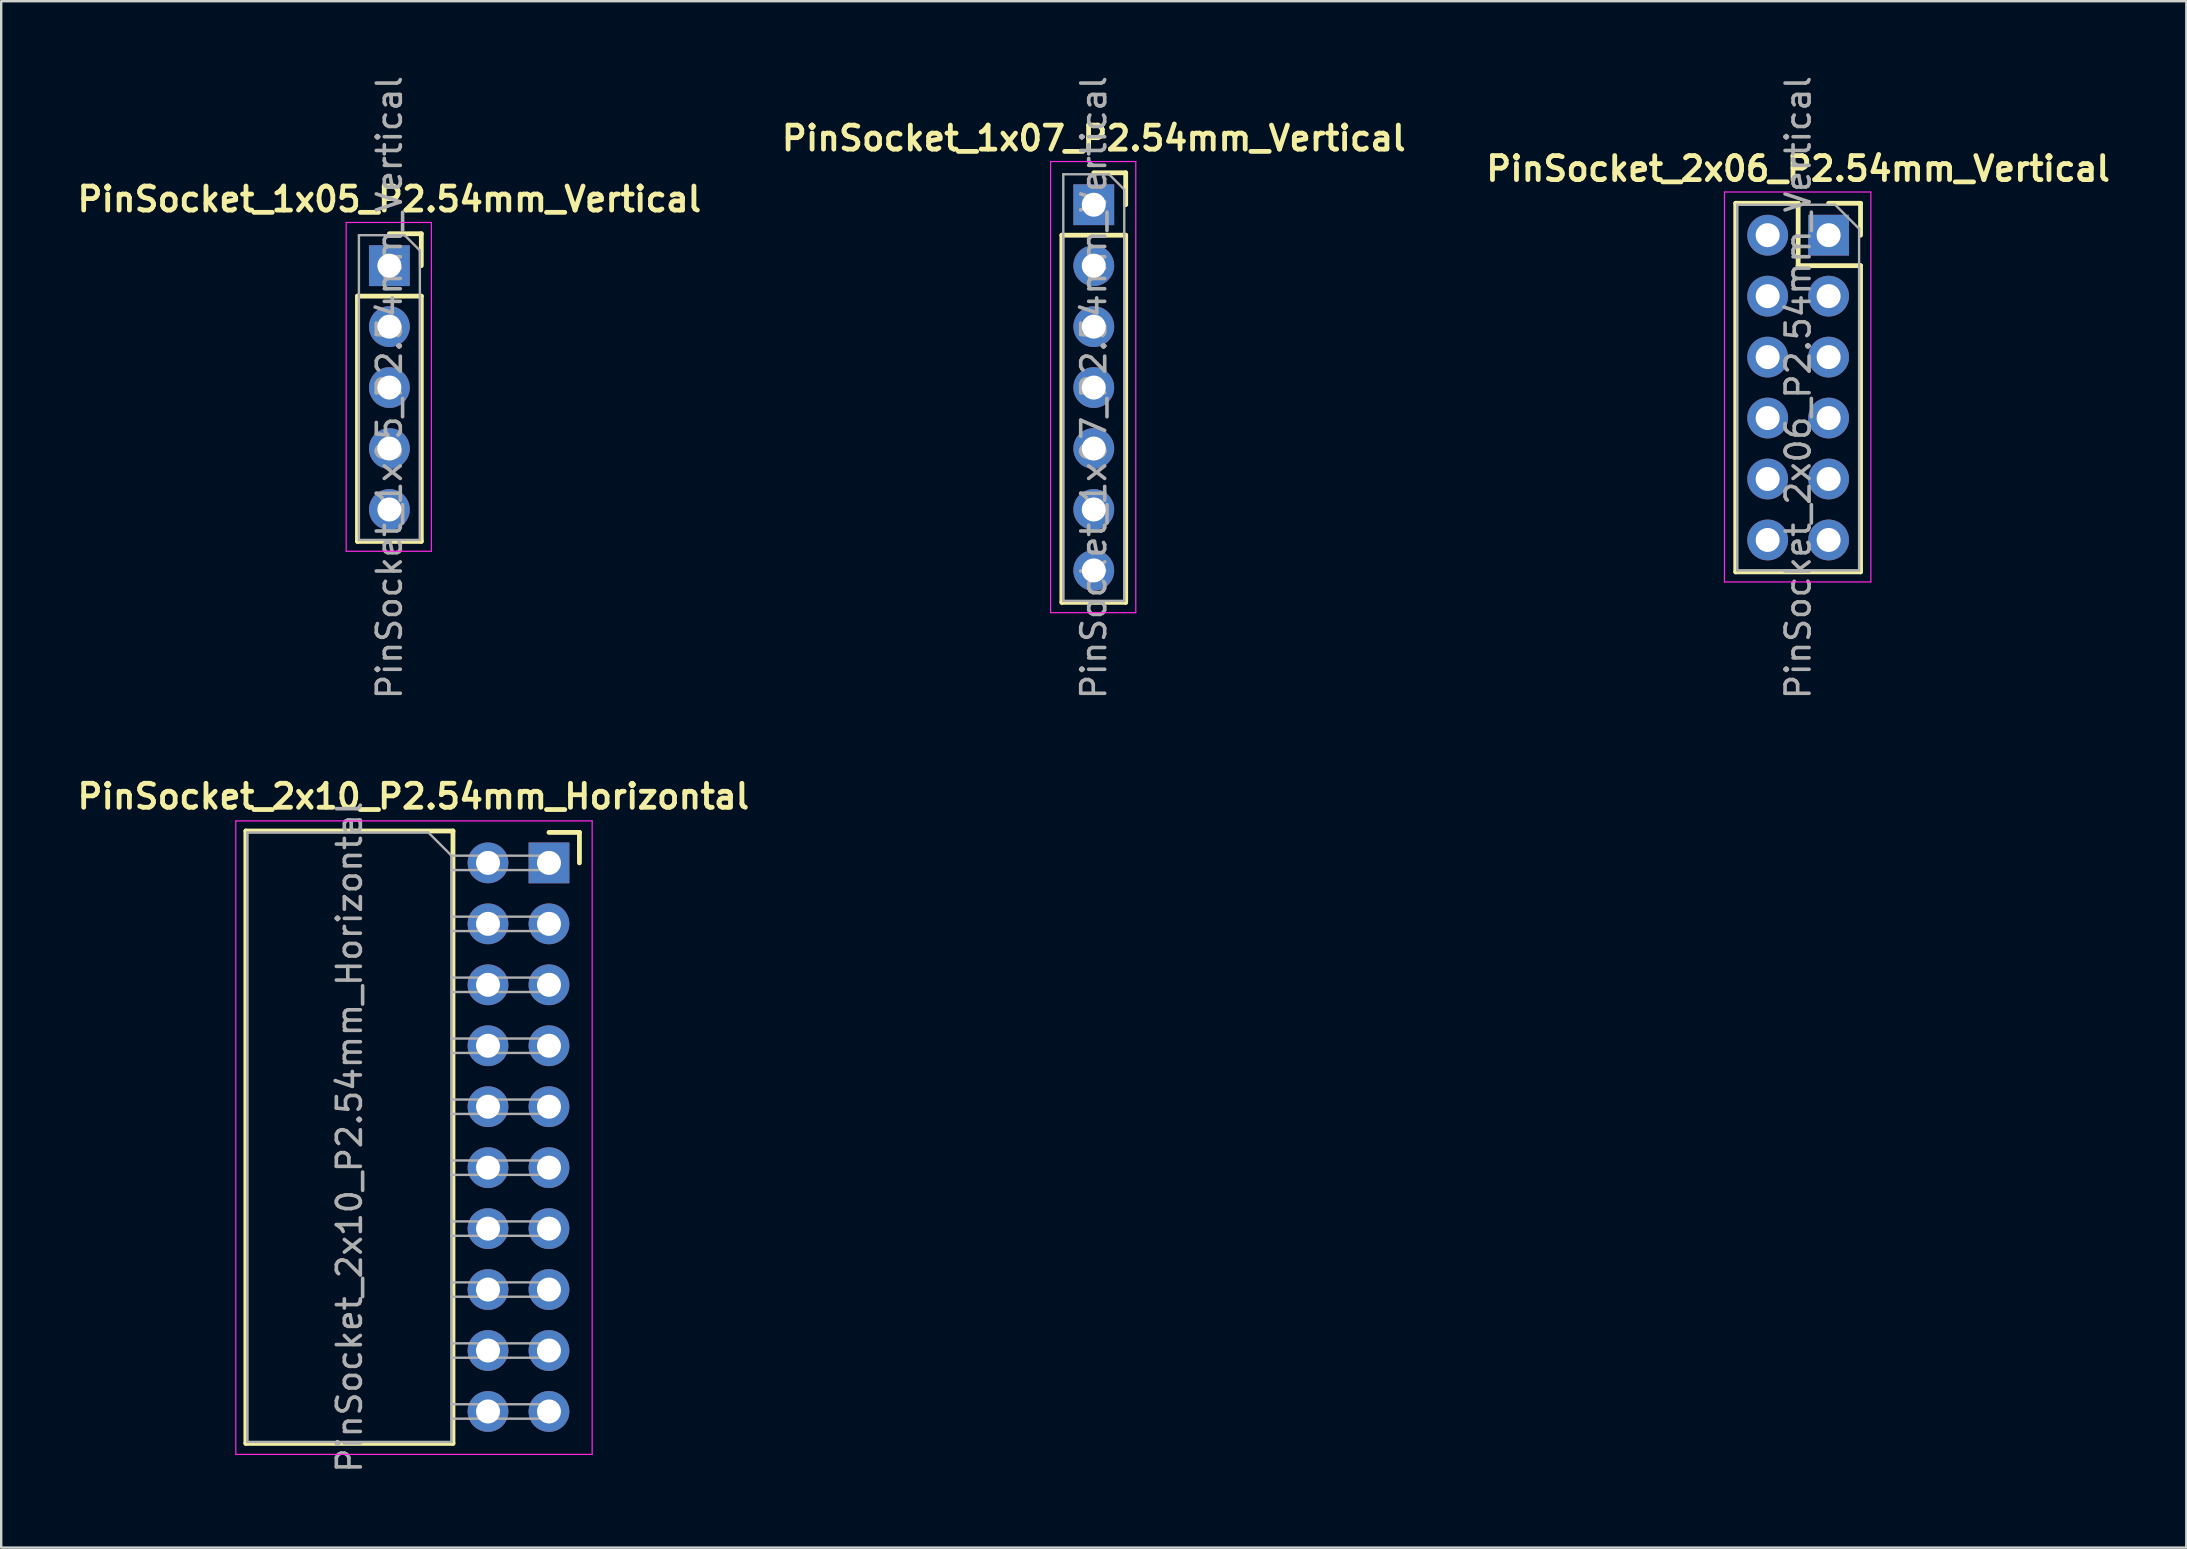
<source format=kicad_pcb>
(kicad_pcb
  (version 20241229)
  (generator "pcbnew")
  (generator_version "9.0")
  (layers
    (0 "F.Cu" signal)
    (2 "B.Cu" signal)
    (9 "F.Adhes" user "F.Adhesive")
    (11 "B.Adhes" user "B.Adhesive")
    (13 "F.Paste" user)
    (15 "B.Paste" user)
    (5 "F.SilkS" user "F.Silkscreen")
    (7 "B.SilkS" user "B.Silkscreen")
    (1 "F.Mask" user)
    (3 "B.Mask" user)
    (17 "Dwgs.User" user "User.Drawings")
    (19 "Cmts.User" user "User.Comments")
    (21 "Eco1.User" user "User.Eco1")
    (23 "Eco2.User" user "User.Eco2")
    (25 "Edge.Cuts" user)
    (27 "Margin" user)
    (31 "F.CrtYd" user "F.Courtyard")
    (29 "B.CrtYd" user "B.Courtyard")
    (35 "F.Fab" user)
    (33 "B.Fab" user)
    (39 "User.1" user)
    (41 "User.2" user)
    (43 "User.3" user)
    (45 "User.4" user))
  (footprint "PinSocket_2x06_P2.54mm_Vertical"
    (layer "F.Cu")
    (at 73.151 6.751)
    (property "Reference" "PinSocket_2x06_P2.54mm_Vertical" (at -1.27 -2.77 0) (layer "F.SilkS") (effects (font (size 1 1) (thickness 0.2))))
    (attr through_hole)
    (fp_line (start -3.87 -1.33) (end -3.87 14.03) (stroke (width 0.2) (type solid)) (layer "F.SilkS"))
    (fp_line (start -3.87 -1.33) (end -1.27 -1.33) (stroke (width 0.2) (type solid)) (layer "F.SilkS"))
    (fp_line (start -3.87 14.03) (end 1.33 14.03) (stroke (width 0.2) (type solid)) (layer "F.SilkS"))
    (fp_line (start -1.27 -1.33) (end -1.27 1.27) (stroke (width 0.2) (type solid)) (layer "F.SilkS"))
    (fp_line (start -1.27 1.27) (end 1.33 1.27) (stroke (width 0.2) (type solid)) (layer "F.SilkS"))
    (fp_line (start 0 -1.33) (end 1.33 -1.33) (stroke (width 0.2) (type solid)) (layer "F.SilkS"))
    (fp_line (start 1.33 -1.33) (end 1.33 0) (stroke (width 0.2) (type solid)) (layer "F.SilkS"))
    (fp_line (start 1.33 1.27) (end 1.33 14.03) (stroke (width 0.2) (type solid)) (layer "F.SilkS"))
    (fp_line (start -4.34 -1.8) (end 1.76 -1.8) (stroke (width 0.05) (type solid)) (layer "F.CrtYd"))
    (fp_line (start -4.34 14.45) (end -4.34 -1.8) (stroke (width 0.05) (type solid)) (layer "F.CrtYd"))
    (fp_line (start 1.76 -1.8) (end 1.76 14.45) (stroke (width 0.05) (type solid)) (layer "F.CrtYd"))
    (fp_line (start 1.76 14.45) (end -4.34 14.45) (stroke (width 0.05) (type solid)) (layer "F.CrtYd"))
    (fp_line (start -3.81 -1.27) (end 0.27 -1.27) (stroke (width 0.1) (type solid)) (layer "F.Fab"))
    (fp_line (start -3.81 13.97) (end -3.81 -1.27) (stroke (width 0.1) (type solid)) (layer "F.Fab"))
    (fp_line (start 0.27 -1.27) (end 1.27 -0.27) (stroke (width 0.1) (type solid)) (layer "F.Fab"))
    (fp_line (start 1.27 -0.27) (end 1.27 13.97) (stroke (width 0.1) (type solid)) (layer "F.Fab"))
    (fp_line (start 1.27 13.97) (end -3.81 13.97) (stroke (width 0.1) (type solid)) (layer "F.Fab"))
    (fp_text user "${REFERENCE}" (at -1.27 6.35 90) (layer "F.Fab") (effects (font (size 1 1) (thickness 0.15))))
    (pad "1" thru_hole rect (at 0 0) (size 1.7 1.7) (drill 1) (layers "*.Cu" "*.Mask"))
    (pad "2" thru_hole oval (at -2.54 0) (size 1.7 1.7) (drill 1) (layers "*.Cu" "*.Mask"))
    (pad "3" thru_hole oval (at 0 2.54) (size 1.7 1.7) (drill 1) (layers "*.Cu" "*.Mask"))
    (pad "4" thru_hole oval (at -2.54 2.54) (size 1.7 1.7) (drill 1) (layers "*.Cu" "*.Mask"))
    (pad "5" thru_hole oval (at 0 5.08) (size 1.7 1.7) (drill 1) (layers "*.Cu" "*.Mask"))
    (pad "6" thru_hole oval (at -2.54 5.08) (size 1.7 1.7) (drill 1) (layers "*.Cu" "*.Mask"))
    (pad "7" thru_hole oval (at 0 7.62) (size 1.7 1.7) (drill 1) (layers "*.Cu" "*.Mask"))
    (pad "8" thru_hole oval (at -2.54 7.62) (size 1.7 1.7) (drill 1) (layers "*.Cu" "*.Mask"))
    (pad "9" thru_hole oval (at 0 10.16) (size 1.7 1.7) (drill 1) (layers "*.Cu" "*.Mask"))
    (pad "10" thru_hole oval (at -2.54 10.16) (size 1.7 1.7) (drill 1) (layers "*.Cu" "*.Mask"))
    (pad "11" thru_hole oval (at 0 12.7) (size 1.7 1.7) (drill 1) (layers "*.Cu" "*.Mask"))
    (pad "12" thru_hole oval (at -2.54 12.7) (size 1.7 1.7) (drill 1) (layers "*.Cu" "*.Mask")))
  (footprint "PinSocket_1x07_P2.54mm_Vertical"
    (layer "F.Cu")
    (at 42.529 5.481)
    (property "Reference" "PinSocket_1x07_P2.54mm_Vertical" (at 0 -2.77 0) (layer "F.SilkS") (effects (font (size 1 1) (thickness 0.2))))
    (attr through_hole)
    (fp_line (start -1.33 1.27) (end -1.33 16.57) (stroke (width 0.2) (type solid)) (layer "F.SilkS"))
    (fp_line (start -1.33 1.27) (end 1.33 1.27) (stroke (width 0.2) (type solid)) (layer "F.SilkS"))
    (fp_line (start -1.33 16.57) (end 1.33 16.57) (stroke (width 0.2) (type solid)) (layer "F.SilkS"))
    (fp_line (start 0 -1.33) (end 1.33 -1.33) (stroke (width 0.2) (type solid)) (layer "F.SilkS"))
    (fp_line (start 1.33 -1.33) (end 1.33 0) (stroke (width 0.2) (type solid)) (layer "F.SilkS"))
    (fp_line (start 1.33 1.27) (end 1.33 16.57) (stroke (width 0.2) (type solid)) (layer "F.SilkS"))
    (fp_line (start -1.8 -1.8) (end 1.75 -1.8) (stroke (width 0.05) (type solid)) (layer "F.CrtYd"))
    (fp_line (start -1.8 17) (end -1.8 -1.8) (stroke (width 0.05) (type solid)) (layer "F.CrtYd"))
    (fp_line (start 1.75 -1.8) (end 1.75 17) (stroke (width 0.05) (type solid)) (layer "F.CrtYd"))
    (fp_line (start 1.75 17) (end -1.8 17) (stroke (width 0.05) (type solid)) (layer "F.CrtYd"))
    (fp_line (start -1.27 -1.27) (end 0.635 -1.27) (stroke (width 0.1) (type solid)) (layer "F.Fab"))
    (fp_line (start -1.27 16.51) (end -1.27 -1.27) (stroke (width 0.1) (type solid)) (layer "F.Fab"))
    (fp_line (start 0.635 -1.27) (end 1.27 -0.635) (stroke (width 0.1) (type solid)) (layer "F.Fab"))
    (fp_line (start 1.27 -0.635) (end 1.27 16.51) (stroke (width 0.1) (type solid)) (layer "F.Fab"))
    (fp_line (start 1.27 16.51) (end -1.27 16.51) (stroke (width 0.1) (type solid)) (layer "F.Fab"))
    (fp_text user "${REFERENCE}" (at 0 7.62 90) (layer "F.Fab") (effects (font (size 1 1) (thickness 0.15))))
    (pad "1" thru_hole rect (at 0 0) (size 1.7 1.7) (drill 1) (layers "*.Cu" "*.Mask"))
    (pad "2" thru_hole oval (at 0 2.54) (size 1.7 1.7) (drill 1) (layers "*.Cu" "*.Mask"))
    (pad "3" thru_hole oval (at 0 5.08) (size 1.7 1.7) (drill 1) (layers "*.Cu" "*.Mask"))
    (pad "4" thru_hole oval (at 0 7.62) (size 1.7 1.7) (drill 1) (layers "*.Cu" "*.Mask"))
    (pad "5" thru_hole oval (at 0 10.16) (size 1.7 1.7) (drill 1) (layers "*.Cu" "*.Mask"))
    (pad "6" thru_hole oval (at 0 12.7) (size 1.7 1.7) (drill 1) (layers "*.Cu" "*.Mask"))
    (pad "7" thru_hole oval (at 0 15.24) (size 1.7 1.7) (drill 1) (layers "*.Cu" "*.Mask")))
  (footprint "PinSocket_2x10_P2.54mm_Horizontal"
    (layer "F.Cu")
    (at 19.826 32.908)
    (property "Reference" "PinSocket_2x10_P2.54mm_Horizontal" (at -5.65 -2.77 0) (layer "F.SilkS") (effects (font (size 1 1) (thickness 0.2))))
    (attr through_hole)
    (fp_line (start -12.63 -1.33) (end -12.63 24.19) (stroke (width 0.2) (type solid)) (layer "F.SilkS"))
    (fp_line (start -12.63 -1.33) (end -4 -1.33) (stroke (width 0.2) (type solid)) (layer "F.SilkS"))
    (fp_line (start -12.63 24.19) (end -4 24.19) (stroke (width 0.2) (type solid)) (layer "F.SilkS"))
    (fp_line (start -4 -1.33) (end -4 24.19) (stroke (width 0.2) (type solid)) (layer "F.SilkS"))
    (fp_line (start 0 -1.27) (end 1.27 -1.27) (stroke (width 0.2) (type solid)) (layer "F.SilkS"))
    (fp_line (start 1.27 -1.27) (end 1.27 0) (stroke (width 0.2) (type solid)) (layer "F.SilkS"))
    (fp_line (start -13.05 -1.75) (end -13.05 24.65) (stroke (width 0.05) (type solid)) (layer "F.CrtYd"))
    (fp_line (start -13.05 24.65) (end 1.8 24.65) (stroke (width 0.05) (type solid)) (layer "F.CrtYd"))
    (fp_line (start 1.8 -1.75) (end -13.05 -1.75) (stroke (width 0.05) (type solid)) (layer "F.CrtYd"))
    (fp_line (start 1.8 24.65) (end 1.8 -1.75) (stroke (width 0.05) (type solid)) (layer "F.CrtYd"))
    (fp_line (start -12.57 -1.27) (end -5.03 -1.27) (stroke (width 0.1) (type solid)) (layer "F.Fab"))
    (fp_line (start -12.57 24.13) (end -12.57 -1.27) (stroke (width 0.1) (type solid)) (layer "F.Fab"))
    (fp_line (start -5.03 -1.27) (end -4.06 -0.3) (stroke (width 0.1) (type solid)) (layer "F.Fab"))
    (fp_line (start -4.06 -0.3) (end -4.06 24.13) (stroke (width 0.1) (type solid)) (layer "F.Fab"))
    (fp_line (start -4.06 0.3) (end 0 0.3) (stroke (width 0.1) (type solid)) (layer "F.Fab"))
    (fp_line (start -4.06 2.84) (end 0 2.84) (stroke (width 0.1) (type solid)) (layer "F.Fab"))
    (fp_line (start -4.06 5.38) (end 0 5.38) (stroke (width 0.1) (type solid)) (layer "F.Fab"))
    (fp_line (start -4.06 7.92) (end 0 7.92) (stroke (width 0.1) (type solid)) (layer "F.Fab"))
    (fp_line (start -4.06 10.46) (end 0 10.46) (stroke (width 0.1) (type solid)) (layer "F.Fab"))
    (fp_line (start -4.06 13) (end 0 13) (stroke (width 0.1) (type solid)) (layer "F.Fab"))
    (fp_line (start -4.06 15.54) (end 0 15.54) (stroke (width 0.1) (type solid)) (layer "F.Fab"))
    (fp_line (start -4.06 18.08) (end 0 18.08) (stroke (width 0.1) (type solid)) (layer "F.Fab"))
    (fp_line (start -4.06 20.62) (end 0 20.62) (stroke (width 0.1) (type solid)) (layer "F.Fab"))
    (fp_line (start -4.06 23.16) (end 0 23.16) (stroke (width 0.1) (type solid)) (layer "F.Fab"))
    (fp_line (start -4.06 24.13) (end -12.57 24.13) (stroke (width 0.1) (type solid)) (layer "F.Fab"))
    (fp_line (start 0 -0.3) (end -4.06 -0.3) (stroke (width 0.1) (type solid)) (layer "F.Fab"))
    (fp_line (start 0 0.3) (end 0 -0.3) (stroke (width 0.1) (type solid)) (layer "F.Fab"))
    (fp_line (start 0 2.24) (end -4.06 2.24) (stroke (width 0.1) (type solid)) (layer "F.Fab"))
    (fp_line (start 0 2.84) (end 0 2.24) (stroke (width 0.1) (type solid)) (layer "F.Fab"))
    (fp_line (start 0 4.78) (end -4.06 4.78) (stroke (width 0.1) (type solid)) (layer "F.Fab"))
    (fp_line (start 0 5.38) (end 0 4.78) (stroke (width 0.1) (type solid)) (layer "F.Fab"))
    (fp_line (start 0 7.32) (end -4.06 7.32) (stroke (width 0.1) (type solid)) (layer "F.Fab"))
    (fp_line (start 0 7.92) (end 0 7.32) (stroke (width 0.1) (type solid)) (layer "F.Fab"))
    (fp_line (start 0 9.86) (end -4.06 9.86) (stroke (width 0.1) (type solid)) (layer "F.Fab"))
    (fp_line (start 0 10.46) (end 0 9.86) (stroke (width 0.1) (type solid)) (layer "F.Fab"))
    (fp_line (start 0 12.4) (end -4.06 12.4) (stroke (width 0.1) (type solid)) (layer "F.Fab"))
    (fp_line (start 0 13) (end 0 12.4) (stroke (width 0.1) (type solid)) (layer "F.Fab"))
    (fp_line (start 0 14.94) (end -4.06 14.94) (stroke (width 0.1) (type solid)) (layer "F.Fab"))
    (fp_line (start 0 15.54) (end 0 14.94) (stroke (width 0.1) (type solid)) (layer "F.Fab"))
    (fp_line (start 0 17.48) (end -4.06 17.48) (stroke (width 0.1) (type solid)) (layer "F.Fab"))
    (fp_line (start 0 18.08) (end 0 17.48) (stroke (width 0.1) (type solid)) (layer "F.Fab"))
    (fp_line (start 0 20.02) (end -4.06 20.02) (stroke (width 0.1) (type solid)) (layer "F.Fab"))
    (fp_line (start 0 20.62) (end 0 20.02) (stroke (width 0.1) (type solid)) (layer "F.Fab"))
    (fp_line (start 0 22.56) (end -4.06 22.56) (stroke (width 0.1) (type solid)) (layer "F.Fab"))
    (fp_line (start 0 23.16) (end 0 22.56) (stroke (width 0.1) (type solid)) (layer "F.Fab"))
    (fp_text user "${REFERENCE}" (at -8.315 11.43 90) (layer "F.Fab") (effects (font (size 1 1) (thickness 0.15))))
    (pad "1" thru_hole rect (at 0 0) (size 1.7 1.7) (drill 1) (layers "*.Cu" "*.Mask"))
    (pad "2" thru_hole oval (at -2.54 0) (size 1.7 1.7) (drill 1) (layers "*.Cu" "*.Mask"))
    (pad "3" thru_hole oval (at 0 2.54) (size 1.7 1.7) (drill 1) (layers "*.Cu" "*.Mask"))
    (pad "4" thru_hole oval (at -2.54 2.54) (size 1.7 1.7) (drill 1) (layers "*.Cu" "*.Mask"))
    (pad "5" thru_hole oval (at 0 5.08) (size 1.7 1.7) (drill 1) (layers "*.Cu" "*.Mask"))
    (pad "6" thru_hole oval (at -2.54 5.08) (size 1.7 1.7) (drill 1) (layers "*.Cu" "*.Mask"))
    (pad "7" thru_hole oval (at 0 7.62) (size 1.7 1.7) (drill 1) (layers "*.Cu" "*.Mask"))
    (pad "8" thru_hole oval (at -2.54 7.62) (size 1.7 1.7) (drill 1) (layers "*.Cu" "*.Mask"))
    (pad "9" thru_hole oval (at 0 10.16) (size 1.7 1.7) (drill 1) (layers "*.Cu" "*.Mask"))
    (pad "10" thru_hole oval (at -2.54 10.16) (size 1.7 1.7) (drill 1) (layers "*.Cu" "*.Mask"))
    (pad "11" thru_hole oval (at 0 12.7) (size 1.7 1.7) (drill 1) (layers "*.Cu" "*.Mask"))
    (pad "12" thru_hole oval (at -2.54 12.7) (size 1.7 1.7) (drill 1) (layers "*.Cu" "*.Mask"))
    (pad "13" thru_hole oval (at 0 15.24) (size 1.7 1.7) (drill 1) (layers "*.Cu" "*.Mask"))
    (pad "14" thru_hole oval (at -2.54 15.24) (size 1.7 1.7) (drill 1) (layers "*.Cu" "*.Mask"))
    (pad "15" thru_hole oval (at 0 17.78) (size 1.7 1.7) (drill 1) (layers "*.Cu" "*.Mask"))
    (pad "16" thru_hole oval (at -2.54 17.78) (size 1.7 1.7) (drill 1) (layers "*.Cu" "*.Mask"))
    (pad "17" thru_hole oval (at 0 20.32) (size 1.7 1.7) (drill 1) (layers "*.Cu" "*.Mask"))
    (pad "18" thru_hole oval (at -2.54 20.32) (size 1.7 1.7) (drill 1) (layers "*.Cu" "*.Mask"))
    (pad "19" thru_hole oval (at 0 22.86) (size 1.7 1.7) (drill 1) (layers "*.Cu" "*.Mask"))
    (pad "20" thru_hole oval (at -2.54 22.86) (size 1.7 1.7) (drill 1) (layers "*.Cu" "*.Mask")))
  (footprint "PinSocket_1x05_P2.54mm_Vertical"
    (layer "F.Cu")
    (at 13.176 8.021)
    (property "Reference" "PinSocket_1x05_P2.54mm_Vertical" (at 0 -2.77 0) (layer "F.SilkS") (effects (font (size 1 1) (thickness 0.2))))
    (attr through_hole)
    (fp_line (start -1.33 1.27) (end -1.33 11.49) (stroke (width 0.2) (type solid)) (layer "F.SilkS"))
    (fp_line (start -1.33 1.27) (end 1.33 1.27) (stroke (width 0.2) (type solid)) (layer "F.SilkS"))
    (fp_line (start -1.33 11.49) (end 1.33 11.49) (stroke (width 0.2) (type solid)) (layer "F.SilkS"))
    (fp_line (start 0 -1.33) (end 1.33 -1.33) (stroke (width 0.2) (type solid)) (layer "F.SilkS"))
    (fp_line (start 1.33 -1.33) (end 1.33 0) (stroke (width 0.2) (type solid)) (layer "F.SilkS"))
    (fp_line (start 1.33 1.27) (end 1.33 11.49) (stroke (width 0.2) (type solid)) (layer "F.SilkS"))
    (fp_line (start -1.8 -1.8) (end 1.75 -1.8) (stroke (width 0.05) (type solid)) (layer "F.CrtYd"))
    (fp_line (start -1.8 11.9) (end -1.8 -1.8) (stroke (width 0.05) (type solid)) (layer "F.CrtYd"))
    (fp_line (start 1.75 -1.8) (end 1.75 11.9) (stroke (width 0.05) (type solid)) (layer "F.CrtYd"))
    (fp_line (start 1.75 11.9) (end -1.8 11.9) (stroke (width 0.05) (type solid)) (layer "F.CrtYd"))
    (fp_line (start -1.27 -1.27) (end 0.635 -1.27) (stroke (width 0.1) (type solid)) (layer "F.Fab"))
    (fp_line (start -1.27 11.43) (end -1.27 -1.27) (stroke (width 0.1) (type solid)) (layer "F.Fab"))
    (fp_line (start 0.635 -1.27) (end 1.27 -0.635) (stroke (width 0.1) (type solid)) (layer "F.Fab"))
    (fp_line (start 1.27 -0.635) (end 1.27 11.43) (stroke (width 0.1) (type solid)) (layer "F.Fab"))
    (fp_line (start 1.27 11.43) (end -1.27 11.43) (stroke (width 0.1) (type solid)) (layer "F.Fab"))
    (fp_text user "${REFERENCE}" (at 0 5.08 90) (layer "F.Fab") (effects (font (size 1 1) (thickness 0.15))))
    (pad "1" thru_hole rect (at 0 0) (size 1.7 1.7) (drill 1) (layers "*.Cu" "*.Mask"))
    (pad "2" thru_hole oval (at 0 2.54) (size 1.7 1.7) (drill 1) (layers "*.Cu" "*.Mask"))
    (pad "3" thru_hole oval (at 0 5.08) (size 1.7 1.7) (drill 1) (layers "*.Cu" "*.Mask"))
    (pad "4" thru_hole oval (at 0 7.62) (size 1.7 1.7) (drill 1) (layers "*.Cu" "*.Mask"))
    (pad "5" thru_hole oval (at 0 10.16) (size 1.7 1.7) (drill 1) (layers "*.Cu" "*.Mask")))
  (gr_rect
    (start -3 -3)
    (end 88.057 61.44)
    (stroke (width 0.1) (type default))
    (fill no)
    (layer "Edge.Cuts")))
</source>
